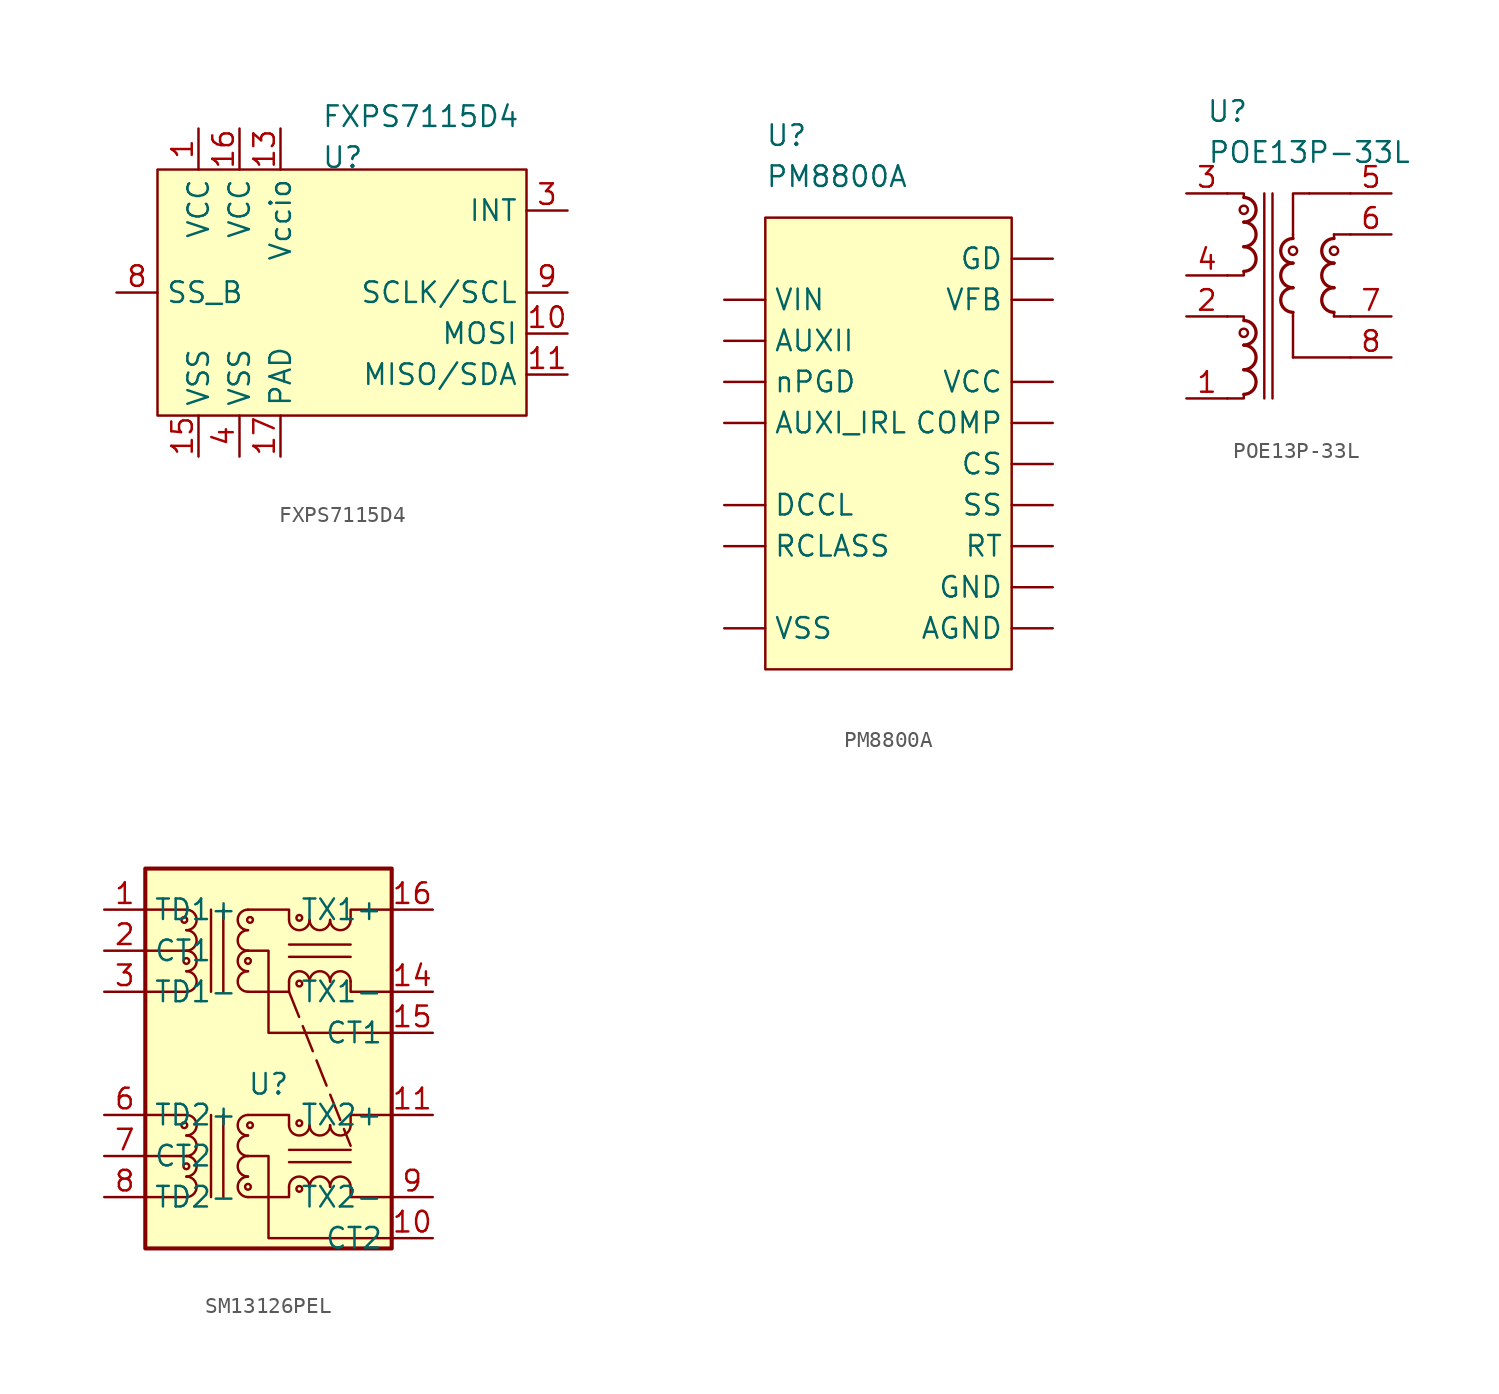
<source format=kicad_sym>
(kicad_symbol_lib
  (version 20220914)
  (generator kicad_symbol_editor)
  (symbol "FXPS7115D4"
    (property "Reference" "U"
      (at -2.54 7.62 0)
      (effects (font (size 1.27 1.27)) (justify left bottom)))
    (property "Value" "FXPS7115D4"
      (at -2.54 10.16 0)
      (effects (font (size 1.27 1.27)) (justify left bottom)))
    (symbol "FXPS7115D4_0_0"
      (pin power_in line (at -10.16 10.16 270) (length 2.54) (name "VCC" (effects (font (size 1.27 1.27)))) (number "1" (effects (font (size 1.27 1.27)))))
      (pin input line (at 12.7 -2.54 180) (length 2.54) (name "MOSI" (effects (font (size 1.27 1.27)))) (number "10" (effects (font (size 1.27 1.27)))))
      (pin bidirectional line (at 12.7 -5.08 180) (length 2.54) (name "MISO/SDA" (effects (font (size 1.27 1.27)))) (number "11" (effects (font (size 1.27 1.27)))))
      (pin power_in line (at -5.08 10.16 270) (length 2.54) (name "Vccio" (effects (font (size 1.27 1.27)))) (number "13" (effects (font (size 1.27 1.27)))))
      (pin power_in line (at -10.16 -10.16 90) (length 2.54) (name "VSS" (effects (font (size 1.27 1.27)))) (number "15" (effects (font (size 1.27 1.27)))))
      (pin power_in line (at -7.62 10.16 270) (length 2.54) (name "VCC" (effects (font (size 1.27 1.27)))) (number "16" (effects (font (size 1.27 1.27)))))
      (pin power_in line (at -5.08 -10.16 90) (length 2.54) (name "PAD" (effects (font (size 1.27 1.27)))) (number "17" (effects (font (size 1.27 1.27)))))
      (pin output line (at 12.7 5.08 180) (length 2.54) (name "INT" (effects (font (size 1.27 1.27)))) (number "3" (effects (font (size 1.27 1.27)))))
      (pin power_in line (at -7.62 -10.16 90) (length 2.54) (name "VSS" (effects (font (size 1.27 1.27)))) (number "4" (effects (font (size 1.27 1.27)))))
      (pin input line (at -15.24 0 0) (length 2.54) (name "SS_B" (effects (font (size 1.27 1.27)))) (number "8" (effects (font (size 1.27 1.27)))))
      (pin input line (at 12.7 0 180) (length 2.54) (name "SCLK/SCL" (effects (font (size 1.27 1.27)))) (number "9" (effects (font (size 1.27 1.27))))))
    (symbol "FXPS7115D4_1_0"
      (pin unspecified line (at 0 10.16 270) (length 2.54) hide (name "TESTx" (effects (font (size 1.27 1.27)))) (number "12" (effects (font (size 1.27 1.27)))))
      (pin no_connect line (at 7.62 -10.16 90) (length 2.54) hide (name "NC" (effects (font (size 1.27 1.27)))) (number "14" (effects (font (size 1.27 1.27)))))
      (pin unspecified line (at 5.08 10.16 270) (length 2.54) hide (name "TESTx" (effects (font (size 1.27 1.27)))) (number "2" (effects (font (size 1.27 1.27)))))
      (pin unspecified line (at 2.54 10.16 270) (length 2.54) hide (name "TESTx" (effects (font (size 1.27 1.27)))) (number "5" (effects (font (size 1.27 1.27)))))
      (pin no_connect line (at 2.54 -10.16 90) (length 2.54) hide (name "NC" (effects (font (size 1.27 1.27)))) (number "6" (effects (font (size 1.27 1.27)))))
      (pin no_connect line (at 5.08 -10.16 90) (length 2.54) hide (name "NC" (effects (font (size 1.27 1.27)))) (number "7" (effects (font (size 1.27 1.27))))))
    (symbol "FXPS7115D4_1_1"
      (rectangle (start -12.7 7.62) (end 10.16 -7.62) (stroke (width 0) (type default)) (fill (type background)))))
  (symbol "PM8800A"
    (property "Reference" "U"
      (at -7.62 15.24 0)
      (effects (font (size 1.27 1.27)) (justify left)))
    (property "Value" "PM8800A"
      (at -7.62 12.7 0)
      (effects (font (size 1.27 1.27)) (justify left)))
    (symbol "PM8800A_1_1"
      (rectangle (start -7.62 10.16) (end 7.62 -17.78) (stroke (width 0) (type default)) (fill (type background)))
      (pin passive line (at 10.16 -15.24 180) (length 2.54) (name "AGND" (effects (font (size 1.27 1.27)))) (number "" (effects (font (size 1.27 1.27)))))
      (pin passive line (at -10.16 2.54 0) (length 2.54) (name "AUXII" (effects (font (size 1.27 1.27)))) (number "" (effects (font (size 1.27 1.27)))))
      (pin passive line (at -10.16 -2.54 0) (length 2.54) (name "AUXI_IRL" (effects (font (size 1.27 1.27)))) (number "" (effects (font (size 1.27 1.27)))))
      (pin passive line (at 10.16 -2.54 180) (length 2.54) (name "COMP" (effects (font (size 1.27 1.27)))) (number "" (effects (font (size 1.27 1.27)))))
      (pin passive line (at 10.16 -5.08 180) (length 2.54) (name "CS" (effects (font (size 1.27 1.27)))) (number "" (effects (font (size 1.27 1.27)))))
      (pin passive line (at -10.16 -7.62 0) (length 2.54) (name "DCCL" (effects (font (size 1.27 1.27)))) (number "" (effects (font (size 1.27 1.27)))))
      (pin passive line (at 10.16 7.62 180) (length 2.54) (name "GD" (effects (font (size 1.27 1.27)))) (number "" (effects (font (size 1.27 1.27)))))
      (pin passive line (at 10.16 -12.7 180) (length 2.54) (name "GND" (effects (font (size 1.27 1.27)))) (number "" (effects (font (size 1.27 1.27)))))
      (pin passive line (at -10.16 -10.16 0) (length 2.54) (name "RCLASS" (effects (font (size 1.27 1.27)))) (number "" (effects (font (size 1.27 1.27)))))
      (pin passive line (at 10.16 -10.16 180) (length 2.54) (name "RT" (effects (font (size 1.27 1.27)))) (number "" (effects (font (size 1.27 1.27)))))
      (pin passive line (at 10.16 -7.62 180) (length 2.54) (name "SS" (effects (font (size 1.27 1.27)))) (number "" (effects (font (size 1.27 1.27)))))
      (pin passive line (at 10.16 0 180) (length 2.54) (name "VCC" (effects (font (size 1.27 1.27)))) (number "" (effects (font (size 1.27 1.27)))))
      (pin passive line (at 10.16 5.08 180) (length 2.54) (name "VFB" (effects (font (size 1.27 1.27)))) (number "" (effects (font (size 1.27 1.27)))))
      (pin passive line (at -10.16 5.08 0) (length 2.54) (name "VIN" (effects (font (size 1.27 1.27)))) (number "" (effects (font (size 1.27 1.27)))))
      (pin passive line (at -10.16 -15.24 0) (length 2.54) (name "VSS" (effects (font (size 1.27 1.27)))) (number "" (effects (font (size 1.27 1.27)))))
      (pin passive line (at -10.16 0 0) (length 2.54) (name "nPGD" (effects (font (size 1.27 1.27)))) (number "" (effects (font (size 1.27 1.27)))))))
  (symbol "POE13P-33L"
    (property "Reference" "U"
      (at -2.54 10.16 0)
      (effects (font (size 1.27 1.27))))
    (property "Value" "POE13P-33L"
      (at 2.54 7.62 0)
      (effects (font (size 1.27 1.27))))
    (symbol "POE13P-33L_0_1"
      (arc (start -1.524 -7.366) (mid -0.7653 -6.604) (end -1.524 -5.842) (stroke (width 0.2032) (type default)) (fill (type none)))
      (arc (start -1.524 -5.842) (mid -0.7653 -5.08) (end -1.524 -4.318) (stroke (width 0.2032) (type default)) (fill (type none)))
      (arc (start -1.524 -4.318) (mid -0.7653 -3.556) (end -1.524 -2.794) (stroke (width 0.2032) (type default)) (fill (type none)))
      (circle (center -1.524 -3.556) (radius 0.254) (stroke (width 0) (type default)) (fill (type none)))
      (arc (start -1.524 0.254) (mid -0.7653 1.016) (end -1.524 1.778) (stroke (width 0.2032) (type default)) (fill (type none)))
      (arc (start -1.524 1.778) (mid -0.7653 2.54) (end -1.524 3.302) (stroke (width 0.2032) (type default)) (fill (type none)))
      (arc (start -1.524 3.302) (mid -0.7653 4.064) (end -1.524 4.826) (stroke (width 0.2032) (type default)) (fill (type none)))
      (circle (center -1.524 4.064) (radius 0.254) (stroke (width 0) (type default)) (fill (type none)))
      (polyline (pts (xy -0.254 -7.62) (xy -0.254 5.08)) (stroke (width 0) (type default)) (fill (type none)))
      (polyline (pts (xy 0.254 -7.62) (xy 0.254 5.08)) (stroke (width 0) (type default)) (fill (type none)))
      (polyline (pts (xy 1.524 -5.08) (xy 1.524 -2.54)) (stroke (width 0) (type default)) (fill (type none)))
      (polyline (pts (xy 5.08 -5.08) (xy 1.524 -5.08)) (stroke (width 0) (type default)) (fill (type none)))
      (polyline (pts (xy 5.08 5.08) (xy 2.54 5.08)) (stroke (width 0) (type default)) (fill (type none)))
      (polyline (pts (xy 1.524 -2.54) (xy 1.524 -2.286) (xy 1.524 -2.286)) (stroke (width 0) (type default)) (fill (type outline)))
      (polyline (pts (xy 1.524 2.54) (xy 1.524 2.286) (xy 1.524 2.286)) (stroke (width 0) (type default)) (fill (type outline)))
      (polyline (pts (xy 1.524 2.54) (xy 1.524 5.08) (xy 2.54 5.08)) (stroke (width 0) (type default)) (fill (type none)))
      (polyline (pts (xy 4.064 -2.286) (xy 4.064 -2.54) (xy 4.064 -2.54)) (stroke (width 0) (type default)) (fill (type outline)))
      (polyline (pts (xy 4.064 2.54) (xy 4.064 2.286) (xy 4.064 2.286)) (stroke (width 0) (type default)) (fill (type outline)))
      (polyline (pts (xy 4.064 2.54) (xy 5.08 2.54) (xy 5.08 2.54)) (stroke (width 0) (type default)) (fill (type none)))
      (polyline (pts (xy 5.08 -2.54) (xy 4.064 -2.54) (xy 4.064 -2.54)) (stroke (width 0) (type default)) (fill (type none)))
      (polyline (pts (xy -1.524 -7.366) (xy -1.524 -7.62) (xy -2.54 -7.62) (xy -2.54 -7.62)) (stroke (width 0) (type default)) (fill (type none)))
      (polyline (pts (xy -1.524 -2.794) (xy -1.524 -2.54) (xy -2.54 -2.54) (xy -2.54 -2.54)) (stroke (width 0) (type default)) (fill (type none)))
      (polyline (pts (xy -1.524 0.254) (xy -1.524 0) (xy -2.54 0) (xy -2.54 0)) (stroke (width 0) (type default)) (fill (type none)))
      (polyline (pts (xy -1.524 4.826) (xy -1.524 5.08) (xy -2.54 5.08) (xy -2.54 5.08)) (stroke (width 0) (type default)) (fill (type none)))
      (arc (start 1.524 -0.762) (mid 0.7653 -1.524) (end 1.524 -2.286) (stroke (width 0.2032) (type default)) (fill (type none)))
      (arc (start 1.524 0.762) (mid 0.7653 0) (end 1.524 -0.762) (stroke (width 0.2032) (type default)) (fill (type none)))
      (circle (center 1.524 1.524) (radius 0.254) (stroke (width 0) (type default)) (fill (type none)))
      (arc (start 1.524 2.286) (mid 0.7653 1.524) (end 1.524 0.762) (stroke (width 0.2032) (type default)) (fill (type none)))
      (arc (start 4.064 -0.762) (mid 3.3053 -1.524) (end 4.064 -2.286) (stroke (width 0.2032) (type default)) (fill (type none)))
      (arc (start 4.064 0.762) (mid 3.3053 0) (end 4.064 -0.762) (stroke (width 0.2032) (type default)) (fill (type none)))
      (circle (center 4.064 1.524) (radius 0.254) (stroke (width 0) (type default)) (fill (type none)))
      (arc (start 4.064 2.286) (mid 3.3053 1.524) (end 4.064 0.762) (stroke (width 0.2032) (type default)) (fill (type none))))
    (symbol "POE13P-33L_1_1"
      (pin passive line (at -5.08 -7.62 0) (length 2.54) (name "~" (effects (font (size 1.27 1.27)))) (number "1" (effects (font (size 1.27 1.27)))))
      (pin passive line (at -5.08 -2.54 0) (length 2.54) (name "~" (effects (font (size 1.27 1.27)))) (number "2" (effects (font (size 1.27 1.27)))))
      (pin passive line (at -5.08 5.08 0) (length 2.54) (name "~" (effects (font (size 1.27 1.27)))) (number "3" (effects (font (size 1.27 1.27)))))
      (pin passive line (at -5.08 0 0) (length 2.54) (name "~" (effects (font (size 1.27 1.27)))) (number "4" (effects (font (size 1.27 1.27)))))
      (pin passive line (at 7.62 5.08 180) (length 2.54) (name "~" (effects (font (size 1.27 1.27)))) (number "5" (effects (font (size 1.27 1.27)))))
      (pin passive line (at 7.62 2.54 180) (length 2.54) (name "~" (effects (font (size 1.27 1.27)))) (number "6" (effects (font (size 1.27 1.27)))))
      (pin passive line (at 7.62 -2.54 180) (length 2.54) (name "~" (effects (font (size 1.27 1.27)))) (number "7" (effects (font (size 1.27 1.27)))))
      (pin passive line (at 7.62 -5.08 180) (length 2.54) (name "~" (effects (font (size 1.27 1.27)))) (number "8" (effects (font (size 1.27 1.27)))))))
  (symbol "SM13126PEL"
    (property "Reference" "U"
      (at 0 -0.635 0)
      (effects (font (size 1.27 1.27))))
    (property "Value" ""
      (at 0 -0.635 0)
      (effects (font (size 1.27 1.27))))
    (symbol "SM13126PEL_0_1"
      (rectangle (start -7.62 12.7) (end 7.62 -10.795) (stroke (width 0.254) (type default)) (fill (type background)))
      (circle (center -5.207 -3.175) (radius 0.178) (stroke (width 0) (type default)) (fill (type none)))
      (arc (start -5.08 -7.62) (mid -4.4477 -6.985) (end -5.08 -6.35) (stroke (width 0) (type default)) (fill (type none)))
      (polyline (pts (xy -5.08 -7.62) (xy -7.62 -7.62)) (stroke (width 0) (type default)) (fill (type none)))
      (polyline (pts (xy -5.08 -5.08) (xy -7.62 -5.08)) (stroke (width 0) (type default)) (fill (type none)))
      (polyline (pts (xy -5.08 -2.54) (xy -7.62 -2.54)) (stroke (width 0) (type default)) (fill (type none)))
      (polyline (pts (xy -3.556 -2.54) (xy -3.556 -7.62)) (stroke (width 0) (type default)) (fill (type none)))
      (polyline (pts (xy -3.556 5.08) (xy -3.556 10.16)) (stroke (width 0) (type default)) (fill (type none)))
      (polyline (pts (xy -2.794 -7.62) (xy -2.794 -2.54)) (stroke (width 0) (type default)) (fill (type none)))
      (polyline (pts (xy -2.794 10.16) (xy -2.794 5.08)) (stroke (width 0) (type default)) (fill (type none)))
      (polyline (pts (xy 1.27 -5.461) (xy 5.08 -5.461)) (stroke (width 0) (type default)) (fill (type none)))
      (polyline (pts (xy 1.27 -4.699) (xy 5.08 -4.699)) (stroke (width 0) (type default)) (fill (type none)))
      (polyline (pts (xy -1.27 -2.54) (xy 1.27 -2.54) (xy 1.27 -3.175)) (stroke (width 0) (type default)) (fill (type none)))
      (polyline (pts (xy 1.27 -6.985) (xy 1.27 -7.62) (xy -1.27 -7.62)) (stroke (width 0) (type default)) (fill (type none)))
      (polyline (pts (xy 5.08 -6.985) (xy 5.08 -7.62) (xy 7.62 -7.62)) (stroke (width 0) (type default)) (fill (type none)))
      (polyline (pts (xy 5.08 -3.175) (xy 5.08 -2.54) (xy 7.62 -2.54)) (stroke (width 0) (type default)) (fill (type none)))
      (polyline (pts (xy -1.27 -5.08) (xy 0 -5.08) (xy 0 -10.16) (xy 6.35 -10.16) (xy 6.35 -10.16) (xy 7.62 -10.16)) (stroke (width 0) (type default)) (fill (type none))))
    (symbol "SM13126PEL_1_1"
      (circle (center -5.207 9.525) (radius 0.178) (stroke (width 0) (type default)) (fill (type none)))
      (arc (start -5.08 -6.35) (mid -4.4477 -5.715) (end -5.08 -5.08) (stroke (width 0) (type default)) (fill (type none)))
      (circle (center -5.08 -5.715) (radius 0.178) (stroke (width 0) (type default)) (fill (type none)))
      (arc (start -5.08 -5.08) (mid -4.4477 -4.445) (end -5.08 -3.81) (stroke (width 0) (type default)) (fill (type none)))
      (arc (start -5.08 -3.81) (mid -4.4477 -3.175) (end -5.08 -2.54) (stroke (width 0) (type default)) (fill (type none)))
      (arc (start -5.08 5.08) (mid -4.4477 5.715) (end -5.08 6.35) (stroke (width 0) (type default)) (fill (type none)))
      (arc (start -5.08 6.35) (mid -4.4477 6.985) (end -5.08 7.62) (stroke (width 0) (type default)) (fill (type none)))
      (circle (center -5.08 6.985) (radius 0.178) (stroke (width 0) (type default)) (fill (type none)))
      (arc (start -5.08 7.62) (mid -4.4477 8.255) (end -5.08 8.89) (stroke (width 0) (type default)) (fill (type none)))
      (arc (start -5.08 8.89) (mid -4.4477 9.525) (end -5.08 10.16) (stroke (width 0) (type default)) (fill (type none)))
      (circle (center -1.27 -6.985) (radius 0.178) (stroke (width 0) (type default)) (fill (type none)))
      (arc (start -1.27 -6.35) (mid -1.9023 -6.985) (end -1.27 -7.62) (stroke (width 0) (type default)) (fill (type none)))
      (arc (start -1.27 -5.08) (mid -1.9023 -5.715) (end -1.27 -6.35) (stroke (width 0) (type default)) (fill (type none)))
      (arc (start -1.27 -3.81) (mid -1.9023 -4.445) (end -1.27 -5.08) (stroke (width 0) (type default)) (fill (type none)))
      (arc (start -1.27 -2.54) (mid -1.9023 -3.175) (end -1.27 -3.81) (stroke (width 0) (type default)) (fill (type none)))
      (arc (start -1.27 6.35) (mid -1.9023 5.715) (end -1.27 5.08) (stroke (width 0) (type default)) (fill (type none)))
      (circle (center -1.27 6.985) (radius 0.178) (stroke (width 0) (type default)) (fill (type none)))
      (arc (start -1.27 7.62) (mid -1.9023 6.985) (end -1.27 6.35) (stroke (width 0) (type default)) (fill (type none)))
      (arc (start -1.27 8.89) (mid -1.9023 8.255) (end -1.27 7.62) (stroke (width 0) (type default)) (fill (type none)))
      (arc (start -1.27 10.16) (mid -1.9023 9.525) (end -1.27 8.89) (stroke (width 0) (type default)) (fill (type none)))
      (circle (center -1.143 -3.175) (radius 0.178) (stroke (width 0) (type default)) (fill (type none)))
      (circle (center -1.143 9.525) (radius 0.178) (stroke (width 0) (type default)) (fill (type none)))
      (polyline (pts (xy -5.08 5.08) (xy -7.62 5.08)) (stroke (width 0) (type default)) (fill (type none)))
      (polyline (pts (xy -5.08 7.62) (xy -7.62 7.62)) (stroke (width 0) (type default)) (fill (type none)))
      (polyline (pts (xy -5.08 10.16) (xy -7.62 10.16)) (stroke (width 0) (type default)) (fill (type none)))
      (polyline (pts (xy 1.27 5.08) (xy 5.08 -4.445)) (stroke (width 0) (type dash)) (fill (type none)))
      (polyline (pts (xy 1.27 7.239) (xy 5.08 7.239)) (stroke (width 0) (type default)) (fill (type none)))
      (polyline (pts (xy 1.27 8.001) (xy 5.08 8.001)) (stroke (width 0) (type default)) (fill (type none)))
      (polyline (pts (xy -1.27 10.16) (xy 1.27 10.16) (xy 1.27 9.525)) (stroke (width 0) (type default)) (fill (type none)))
      (polyline (pts (xy 1.27 5.715) (xy 1.27 5.08) (xy -1.27 5.08)) (stroke (width 0) (type default)) (fill (type none)))
      (polyline (pts (xy 5.08 5.715) (xy 5.08 5.08) (xy 7.62 5.08)) (stroke (width 0) (type default)) (fill (type none)))
      (polyline (pts (xy 5.08 9.525) (xy 5.08 10.16) (xy 7.62 10.16)) (stroke (width 0) (type default)) (fill (type none)))
      (polyline (pts (xy 7.62 2.54) (xy 6.35 2.54) (xy 6.35 2.54) (xy 0 2.54) (xy 0 7.62) (xy -1.27 7.62)) (stroke (width 0) (type default)) (fill (type none)))
      (arc (start 1.27 -3.175) (mid 1.905 -3.8073) (end 2.54 -3.175) (stroke (width 0) (type default)) (fill (type none)))
      (arc (start 1.27 9.525) (mid 1.905 8.8927) (end 2.54 9.525) (stroke (width 0) (type default)) (fill (type none)))
      (circle (center 1.905 -7.112) (radius 0.178) (stroke (width 0) (type default)) (fill (type none)))
      (circle (center 1.905 -3.048) (radius 0.178) (stroke (width 0) (type default)) (fill (type none)))
      (circle (center 1.905 5.588) (radius 0.178) (stroke (width 0) (type default)) (fill (type none)))
      (circle (center 1.905 9.652) (radius 0.178) (stroke (width 0) (type default)) (fill (type none)))
      (arc (start 2.54 -6.985) (mid 1.905 -6.3527) (end 1.27 -6.985) (stroke (width 0) (type default)) (fill (type none)))
      (arc (start 2.54 -3.175) (mid 3.175 -3.8073) (end 3.81 -3.175) (stroke (width 0) (type default)) (fill (type none)))
      (arc (start 2.54 5.715) (mid 1.905 6.3473) (end 1.27 5.715) (stroke (width 0) (type default)) (fill (type none)))
      (arc (start 2.54 9.525) (mid 3.175 8.8927) (end 3.81 9.525) (stroke (width 0) (type default)) (fill (type none)))
      (arc (start 3.81 -6.985) (mid 3.175 -6.3527) (end 2.54 -6.985) (stroke (width 0) (type default)) (fill (type none)))
      (arc (start 3.81 -3.175) (mid 4.445 -3.8073) (end 5.08 -3.175) (stroke (width 0) (type default)) (fill (type none)))
      (arc (start 3.81 5.715) (mid 3.175 6.3473) (end 2.54 5.715) (stroke (width 0) (type default)) (fill (type none)))
      (arc (start 3.81 9.525) (mid 4.445 8.8927) (end 5.08 9.525) (stroke (width 0) (type default)) (fill (type none)))
      (arc (start 5.08 -6.985) (mid 4.445 -6.3527) (end 3.81 -6.985) (stroke (width 0) (type default)) (fill (type none)))
      (arc (start 5.08 5.715) (mid 4.445 6.3473) (end 3.81 5.715) (stroke (width 0) (type default)) (fill (type none)))
      (pin passive line (at -10.16 10.16 0) (length 2.54) (name "TD1+" (effects (font (size 1.27 1.27)))) (number "1" (effects (font (size 1.27 1.27)))))
      (pin passive line (at 10.16 -10.16 180) (length 2.54) (name "CT2" (effects (font (size 1.27 1.27)))) (number "10" (effects (font (size 1.27 1.27)))))
      (pin passive line (at 10.16 -2.54 180) (length 2.54) (name "TX2+" (effects (font (size 1.27 1.27)))) (number "11" (effects (font (size 1.27 1.27)))))
      (pin passive line (at 10.16 5.08 180) (length 2.54) (name "TX1-" (effects (font (size 1.27 1.27)))) (number "14" (effects (font (size 1.27 1.27)))))
      (pin passive line (at 10.16 2.54 180) (length 2.54) (name "CT1" (effects (font (size 1.27 1.27)))) (number "15" (effects (font (size 1.27 1.27)))))
      (pin passive line (at 10.16 10.16 180) (length 2.54) (name "TX1+" (effects (font (size 1.27 1.27)))) (number "16" (effects (font (size 1.27 1.27)))))
      (pin passive line (at -10.16 7.62 0) (length 2.54) (name "CT1" (effects (font (size 1.27 1.27)))) (number "2" (effects (font (size 1.27 1.27)))))
      (pin passive line (at -10.16 5.08 0) (length 2.54) (name "TD1-" (effects (font (size 1.27 1.27)))) (number "3" (effects (font (size 1.27 1.27)))))
      (pin passive line (at -10.16 -2.54 0) (length 2.54) (name "TD2+" (effects (font (size 1.27 1.27)))) (number "6" (effects (font (size 1.27 1.27)))))
      (pin passive line (at -10.16 -5.08 0) (length 2.54) (name "CT2" (effects (font (size 1.27 1.27)))) (number "7" (effects (font (size 1.27 1.27)))))
      (pin passive line (at -10.16 -7.62 0) (length 2.54) (name "TD2-" (effects (font (size 1.27 1.27)))) (number "8" (effects (font (size 1.27 1.27)))))
      (pin passive line (at 10.16 -7.62 180) (length 2.54) (name "TX2-" (effects (font (size 1.27 1.27)))) (number "9" (effects (font (size 1.27 1.27))))))))
</source>
